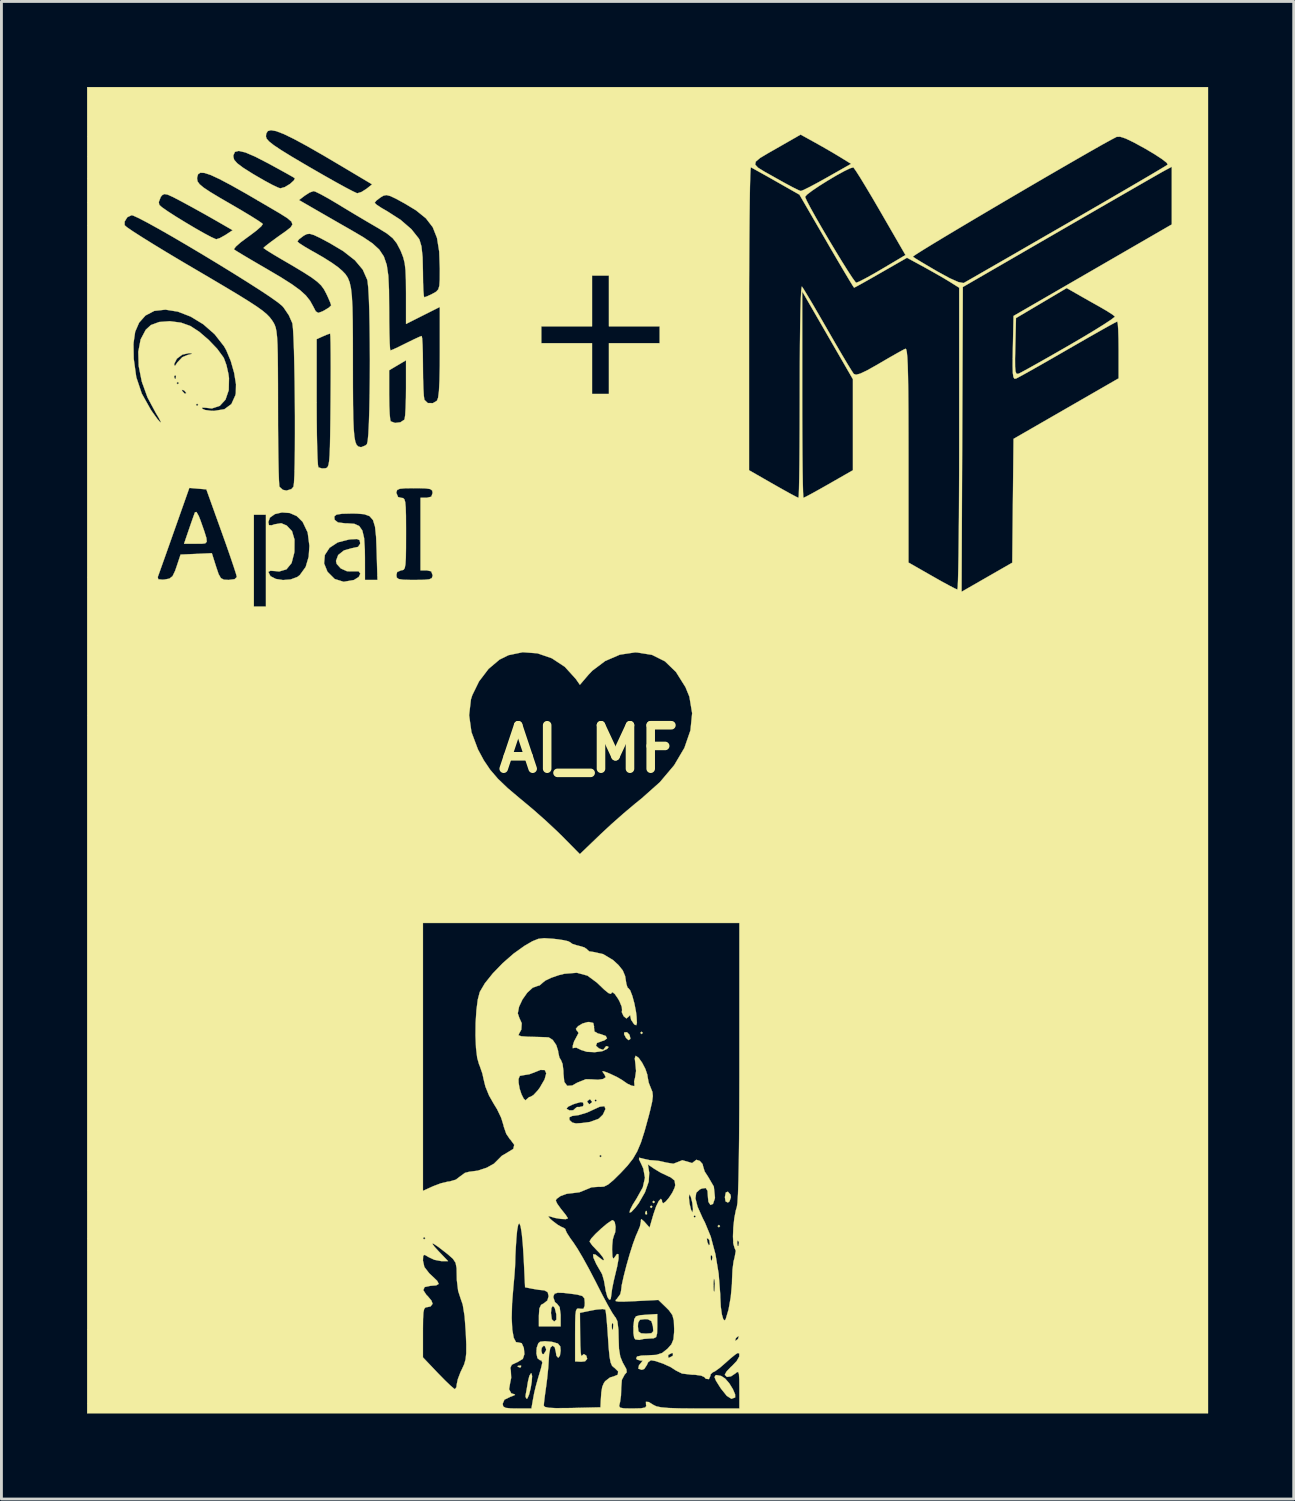
<source format=kicad_pcb>
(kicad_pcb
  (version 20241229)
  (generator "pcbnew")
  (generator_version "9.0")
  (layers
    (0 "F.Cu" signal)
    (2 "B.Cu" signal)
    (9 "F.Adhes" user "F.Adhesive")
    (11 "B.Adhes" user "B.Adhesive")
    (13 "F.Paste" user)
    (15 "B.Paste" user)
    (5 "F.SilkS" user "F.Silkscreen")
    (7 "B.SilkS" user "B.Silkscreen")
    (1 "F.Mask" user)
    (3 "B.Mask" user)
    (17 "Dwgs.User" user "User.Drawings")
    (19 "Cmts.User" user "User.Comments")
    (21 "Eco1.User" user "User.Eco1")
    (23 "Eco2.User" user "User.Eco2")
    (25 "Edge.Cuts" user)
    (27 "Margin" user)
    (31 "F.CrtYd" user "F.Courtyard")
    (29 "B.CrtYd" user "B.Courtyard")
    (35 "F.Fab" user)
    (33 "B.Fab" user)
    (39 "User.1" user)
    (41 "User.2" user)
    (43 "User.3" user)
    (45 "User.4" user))
  (footprint "AI_MF_D6"
    (layer "F.Cu")
    (at 19.648 23.204)
    (property "Reference" "AI_MF_D6" (at 0 0 0) (layer "F.SilkS") (effects (font (size 1.524 1.524) (thickness 0.3))))
    (attr through_hole)
    (fp_poly (pts (xy -0.169 9.948) (xy -0.212 9.991) (xy -0.254 9.948) (xy -0.212 9.906) (xy -0.169 9.948)) (stroke (width 0.01) (type solid)) (fill yes) (layer "F.SilkS"))
    (fp_poly (pts (xy 0.169 16.044) (xy 0.127 16.087) (xy 0.085 16.044) (xy 0.127 16.002) (xy 0.169 16.044)) (stroke (width 0.01) (type solid)) (fill yes) (layer "F.SilkS"))
    (fp_poly (pts (xy 0.254 15.875) (xy 0.212 15.917) (xy 0.169 15.875) (xy 0.212 15.833) (xy 0.254 15.875)) (stroke (width 0.01) (type solid)) (fill yes) (layer "F.SilkS"))
    (fp_poly (pts (xy 2.54 16.722) (xy 2.498 16.764) (xy 2.455 16.722) (xy 2.498 16.679) (xy 2.54 16.722)) (stroke (width 0.01) (type solid)) (fill yes) (layer "F.SilkS"))
    (fp_poly (pts (xy -4.431 21.618) (xy -4.443 21.669) (xy -4.487 21.675) (xy -4.557 21.644) (xy -4.544 21.618) (xy -4.443 21.608) (xy -4.431 21.618)) (stroke (width 0.01) (type solid)) (fill yes) (layer "F.SilkS"))
    (fp_poly (pts (xy -0.028 16.2) (xy -0.018 16.3) (xy -0.028 16.312) (xy -0.079 16.301) (xy -0.085 16.256) (xy -0.054 16.186) (xy -0.028 16.2)) (stroke (width 0.01) (type solid)) (fill yes) (layer "F.SilkS"))
    (fp_poly (pts (xy -0.633 10.017) (xy -0.603 10.143) (xy -0.607 10.162) (xy -0.669 10.203) (xy -0.756 10.125) (xy -0.825 9.992) (xy -0.815 9.931) (xy -0.722 9.925) (xy -0.633 10.017)) (stroke (width 0.01) (type solid)) (fill yes) (layer "F.SilkS"))
    (fp_poly (pts (xy 2.905 15.618) (xy 2.921 15.706) (xy 2.871 15.854) (xy 2.815 15.896) (xy 2.733 15.854) (xy 2.709 15.706) (xy 2.742 15.541) (xy 2.815 15.515) (xy 2.905 15.618)) (stroke (width 0.01) (type solid)) (fill yes) (layer "F.SilkS"))
    (fp_poly (pts (xy -15.729 -8.163) (xy -15.666 -8.001) (xy -15.537 -7.633) (xy -15.464 -7.398) (xy -15.451 -7.267) (xy -15.505 -7.209) (xy -15.631 -7.195) (xy -15.822 -7.197) (xy -16.247 -7.197) (xy -16.081 -7.684) (xy -15.984 -7.966) (xy -15.903 -8.195) (xy -15.865 -8.297) (xy -15.811 -8.309) (xy -15.729 -8.163)) (stroke (width 0.01) (type solid)) (fill yes) (layer "F.SilkS"))
    (fp_poly (pts (xy -4.071 21.882) (xy -4.048 21.979) (xy -4.061 22.175) (xy -4.1 22.41) (xy -4.154 22.625) (xy -4.212 22.758) (xy -4.237 22.775) (xy -4.278 22.708) (xy -4.272 22.627) (xy -4.239 22.446) (xy -4.197 22.197) (xy -4.191 22.159) (xy -4.143 21.967) (xy -4.087 21.88) (xy -4.071 21.882)) (stroke (width 0.01) (type solid)) (fill yes) (layer "F.SilkS"))
    (fp_poly (pts (xy 2.578 21.973) (xy 2.716 22.062) (xy 2.862 22.23) (xy 2.988 22.433) (xy 3.067 22.617) (xy 3.069 22.726) (xy 3.067 22.728) (xy 2.939 22.774) (xy 2.778 22.674) (xy 2.575 22.421) (xy 2.543 22.373) (xy 2.398 22.142) (xy 2.346 22.013) (xy 2.378 21.954) (xy 2.414 21.942) (xy 2.578 21.973)) (stroke (width 0.01) (type solid)) (fill yes) (layer "F.SilkS"))
    (fp_poly (pts (xy 0.339 20.231) (xy 0.333 20.483) (xy 0.3 20.61) (xy 0.213 20.654) (xy 0.092 20.659) (xy -0.137 20.676) (xy -0.289 20.71) (xy -0.428 20.693) (xy -0.471 20.634) (xy -0.496 20.47) (xy -0.496 20.235) (xy -0.339 20.235) (xy -0.321 20.409) (xy -0.232 20.478) (xy -0.057 20.489) (xy 0.133 20.476) (xy 0.199 20.406) (xy 0.187 20.235) (xy 0.134 20.053) (xy 0.011 19.987) (xy -0.094 19.981) (xy -0.268 20.003) (xy -0.331 20.106) (xy -0.339 20.235) (xy -0.496 20.235) (xy -0.496 20.228) (xy -0.492 20.181) (xy -0.468 19.984) (xy -0.407 19.884) (xy -0.261 19.844) (xy -0.064 19.829) (xy 0.339 19.803) (xy 0.339 20.231)) (stroke (width 0.01) (type solid)) (fill yes) (layer "F.SilkS"))
    (fp_poly (pts (xy -1.904 9.6) (xy -1.875 9.728) (xy -1.879 9.756) (xy -1.863 9.898) (xy -1.737 9.971) (xy -1.651 9.99) (xy -1.467 10.056) (xy -1.422 10.142) (xy -1.525 10.217) (xy -1.583 10.232) (xy -1.773 10.302) (xy -1.81 10.398) (xy -1.702 10.494) (xy -1.557 10.543) (xy -1.524 10.502) (xy -1.458 10.419) (xy -1.422 10.414) (xy -1.366 10.443) (xy -1.415 10.508) (xy -1.588 10.59) (xy -1.849 10.625) (xy -2.123 10.612) (xy -2.334 10.547) (xy -2.351 10.536) (xy -2.498 10.466) (xy -2.571 10.473) (xy -2.623 10.486) (xy -2.621 10.393) (xy -2.576 10.247) (xy -2.498 10.101) (xy -2.421 9.955) (xy -2.463 9.882) (xy -2.477 9.876) (xy -2.514 9.807) (xy -2.435 9.712) (xy -2.285 9.622) (xy -2.106 9.571) (xy -2.053 9.567) (xy -1.904 9.6)) (stroke (width 0.01) (type solid)) (fill yes) (layer "F.SilkS"))
    (fp_poly (pts (xy -1.152 16.581) (xy -1.122 16.746) (xy -1.134 16.933) (xy -1.183 17.06) (xy -1.22 17.19) (xy -1.242 17.422) (xy -1.244 17.554) (xy -1.233 17.79) (xy -1.2 17.864) (xy -1.167 17.829) (xy -1.071 17.696) (xy -1.02 17.712) (xy -1.018 17.863) (xy -1.066 18.135) (xy -1.108 18.309) (xy -1.186 18.637) (xy -1.244 18.921) (xy -1.268 19.105) (xy -1.269 19.113) (xy -1.292 19.279) (xy -1.345 19.301) (xy -1.41 19.199) (xy -1.467 18.992) (xy -1.481 18.902) (xy -1.528 18.635) (xy -1.587 18.427) (xy -1.612 18.373) (xy -1.799 18.049) (xy -1.899 17.825) (xy -1.91 17.71) (xy -1.83 17.717) (xy -1.694 17.822) (xy -1.564 17.919) (xy -1.525 17.908) (xy -1.567 17.815) (xy -1.681 17.668) (xy -1.778 17.568) (xy -1.937 17.4) (xy -2.025 17.276) (xy -2.032 17.253) (xy -1.972 17.153) (xy -1.822 16.991) (xy -1.625 16.806) (xy -1.427 16.639) (xy -1.271 16.531) (xy -1.217 16.511) (xy -1.152 16.581)) (stroke (width 0.01) (type solid)) (fill yes) (layer "F.SilkS"))
    (fp_poly (pts (xy 19.643 23.283) (xy -19.643 23.283) (xy -19.643 22.947) (xy -5.08 22.947) (xy -5.061 23.041) (xy -4.977 23.091) (xy -4.79 23.111) (xy -4.576 23.114) (xy -4.072 23.114) (xy -4.017 22.797) (xy -3.975 22.572) (xy -3.919 22.338) (xy -3.836 22.041) (xy -3.733 21.696) (xy -3.689 21.506) (xy -3.72 21.43) (xy -3.772 21.421) (xy -3.859 21.351) (xy -3.897 21.184) (xy -3.892 21.087) (xy -3.725 21.087) (xy -3.693 21.204) (xy -3.641 21.209) (xy -3.563 21.086) (xy -3.556 21.035) (xy -3.603 20.925) (xy -3.641 20.913) (xy -3.709 20.984) (xy -3.725 21.087) (xy -3.892 21.087) (xy -3.887 20.988) (xy -3.829 20.827) (xy -3.767 20.774) (xy -3.6 20.755) (xy -3.366 20.776) (xy -3.344 20.78) (xy -3.143 20.837) (xy -3.061 20.938) (xy -3.048 21.086) (xy -3.073 21.263) (xy -3.133 21.336) (xy -3.133 21.336) (xy -3.196 21.264) (xy -3.217 21.124) (xy -3.257 20.962) (xy -3.331 20.913) (xy -3.409 20.983) (xy -3.451 21.203) (xy -3.46 21.347) (xy -3.481 21.676) (xy -3.521 22.07) (xy -3.556 22.342) (xy -3.598 22.645) (xy -3.628 22.887) (xy -3.639 23.011) (xy -3.6 23.058) (xy -3.466 23.088) (xy -3.216 23.101) (xy -2.828 23.099) (xy -2.646 23.096) (xy -1.651 23.072) (xy -1.642 22.86) (xy -1.622 22.55) (xy -1.589 22.354) (xy -1.531 22.22) (xy -1.487 22.157) (xy -1.318 22.027) (xy -1.194 21.991) (xy -1.045 21.93) (xy -1.033 21.813) (xy -1.161 21.688) (xy -1.172 21.682) (xy -1.244 21.62) (xy -1.295 21.503) (xy -1.333 21.301) (xy -1.364 20.983) (xy -1.386 20.651) (xy -1.412 20.266) (xy -1.415 20.235) (xy -1.257 20.235) (xy -1.243 20.356) (xy -1.214 20.341) (xy -1.203 20.168) (xy -1.214 20.13) (xy -1.245 20.119) (xy -1.257 20.235) (xy -1.415 20.235) (xy -1.439 19.945) (xy -1.464 19.726) (xy -1.48 19.645) (xy -1.577 19.627) (xy -1.783 19.645) (xy -1.944 19.673) (xy -2.371 19.761) (xy -2.364 20.57) (xy -2.357 20.902) (xy -2.344 21.145) (xy -2.327 21.269) (xy -2.314 21.272) (xy -2.234 21.206) (xy -2.148 21.261) (xy -2.117 21.374) (xy -2.19 21.459) (xy -2.328 21.475) (xy -2.54 21.463) (xy -2.54 20.518) (xy -2.538 20.109) (xy -2.53 19.841) (xy -2.51 19.686) (xy -2.473 19.618) (xy -2.413 19.609) (xy -2.371 19.618) (xy -2.25 19.622) (xy -2.206 19.518) (xy -2.201 19.41) (xy -2.215 19.255) (xy -2.286 19.171) (xy -2.459 19.124) (xy -2.594 19.104) (xy -2.941 19.062) (xy -3.152 19.056) (xy -3.261 19.091) (xy -3.299 19.174) (xy -3.302 19.222) (xy -3.247 19.385) (xy -3.175 19.443) (xy -3.082 19.561) (xy -3.048 19.829) (xy -3.048 19.863) (xy -3.048 20.235) (xy -3.81 20.235) (xy -3.81 19.86) (xy -3.804 19.765) (xy -3.387 19.765) (xy -3.357 19.989) (xy -3.274 20.066) (xy -3.197 20) (xy -3.199 19.811) (xy -3.254 19.591) (xy -3.319 19.516) (xy -3.371 19.59) (xy -3.387 19.765) (xy -3.804 19.765) (xy -3.794 19.611) (xy -3.732 19.481) (xy -3.641 19.431) (xy -3.514 19.33) (xy -3.467 19.176) (xy -3.503 19.035) (xy -3.619 18.973) (xy -3.808 18.955) (xy -4.031 18.918) (xy -4.294 18.865) (xy -4.341 17.878) (xy -4.373 17.364) (xy -4.41 16.978) (xy -4.451 16.729) (xy -4.493 16.623) (xy -4.534 16.666) (xy -4.572 16.866) (xy -4.598 17.145) (xy -4.62 17.488) (xy -4.635 17.781) (xy -4.64 17.971) (xy -4.64 17.992) (xy -4.646 18.154) (xy -4.666 18.431) (xy -4.696 18.767) (xy -4.703 18.838) (xy -4.75 19.433) (xy -4.763 19.942) (xy -4.743 20.349) (xy -4.692 20.636) (xy -4.612 20.787) (xy -4.534 20.799) (xy -4.412 20.824) (xy -4.337 20.993) (xy -4.318 21.208) (xy -4.373 21.375) (xy -4.559 21.488) (xy -4.581 21.496) (xy -4.76 21.58) (xy -4.81 21.69) (xy -4.793 21.795) (xy -4.781 22.04) (xy -4.814 22.198) (xy -4.856 22.439) (xy -4.778 22.582) (xy -4.671 22.614) (xy -4.645 22.637) (xy -4.759 22.687) (xy -4.805 22.701) (xy -5.017 22.804) (xy -5.08 22.947) (xy -19.643 22.947) (xy -19.643 17.931) (xy -7.874 17.931) (xy -7.824 18.154) (xy -7.655 18.374) (xy -7.569 18.454) (xy -7.375 18.639) (xy -7.321 18.747) (xy -7.409 18.798) (xy -7.611 18.814) (xy -7.814 18.857) (xy -7.862 18.965) (xy -7.754 19.13) (xy -7.705 19.177) (xy -7.577 19.331) (xy -7.535 19.444) (xy -7.606 19.536) (xy -7.705 19.558) (xy -7.78 19.569) (xy -7.83 19.623) (xy -7.858 19.749) (xy -7.87 19.978) (xy -7.874 20.34) (xy -7.874 20.439) (xy -7.874 21.321) (xy -7.345 21.878) (xy -7.105 22.123) (xy -6.906 22.314) (xy -6.779 22.422) (xy -6.752 22.435) (xy -6.701 22.365) (xy -6.689 22.264) (xy -6.651 22.085) (xy -6.557 21.839) (xy -6.508 21.738) (xy -6.428 21.563) (xy -6.379 21.389) (xy -6.356 21.174) (xy -6.355 20.876) (xy -6.372 20.451) (xy -6.372 20.45) (xy -6.414 19.878) (xy -6.479 19.474) (xy -6.552 19.262) (xy -6.64 18.992) (xy -6.685 18.621) (xy -6.688 18.484) (xy -6.694 18.192) (xy -6.73 18.007) (xy -6.822 17.867) (xy -6.999 17.711) (xy -7.048 17.672) (xy -7.333 17.451) (xy -7.5 17.339) (xy -7.546 17.336) (xy -7.47 17.443) (xy -7.328 17.598) (xy -6.993 17.949) (xy -7.225 17.949) (xy -7.473 17.902) (xy -7.665 17.813) (xy -7.812 17.727) (xy -7.866 17.76) (xy -7.874 17.931) (xy -19.643 17.931) (xy -19.643 17.145) (xy -7.874 17.145) (xy -7.832 17.187) (xy -7.789 17.145) (xy -7.832 17.103) (xy -7.874 17.145) (xy -19.643 17.145) (xy -19.643 6.096) (xy -7.874 6.096) (xy -7.874 15.486) (xy -7.514 15.322) (xy -7.246 15.221) (xy -7.005 15.163) (xy -6.94 15.157) (xy -6.721 15.093) (xy -6.581 14.986) (xy -6.404 14.856) (xy -6.255 14.817) (xy -5.95 14.777) (xy -5.638 14.674) (xy -5.386 14.534) (xy -5.279 14.428) (xy -5.118 14.266) (xy -1.693 14.266) (xy -1.651 14.309) (xy -1.609 14.266) (xy -1.651 14.224) (xy -1.693 14.266) (xy -5.118 14.266) (xy -5.11 14.259) (xy -4.907 14.138) (xy -4.707 14.015) (xy -4.674 13.872) (xy -4.805 13.693) (xy -4.827 13.673) (xy -4.953 13.488) (xy -5.042 13.232) (xy -5.051 13.186) (xy -5.131 12.925) (xy -5.138 12.91) (xy -2.746 12.91) (xy -2.735 13.005) (xy -2.638 13.093) (xy -2.51 13.122) (xy -2.303 13.108) (xy -2.041 13.074) (xy -2.014 13.069) (xy -1.713 12.958) (xy -1.566 12.814) (xy -1.475 12.616) (xy -1.514 12.518) (xy -1.672 12.535) (xy -1.759 12.574) (xy -2.12 12.74) (xy -2.412 12.829) (xy -2.643 12.86) (xy -2.746 12.91) (xy -5.138 12.91) (xy -5.278 12.619) (xy -5.287 12.605) (xy -2.842 12.605) (xy -2.84 12.609) (xy -2.739 12.665) (xy -2.608 12.661) (xy -2.54 12.6) (xy -2.54 12.598) (xy -2.472 12.547) (xy -2.392 12.548) (xy -2.268 12.521) (xy -2.244 12.467) (xy -2.262 12.388) (xy -2.343 12.374) (xy -2.527 12.425) (xy -2.623 12.458) (xy -2.787 12.536) (xy -2.842 12.605) (xy -5.287 12.605) (xy -5.387 12.442) (xy -5.433 12.361) (xy -2.117 12.361) (xy -2.052 12.444) (xy -2.032 12.446) (xy -1.95 12.382) (xy -1.947 12.361) (xy -1.981 12.319) (xy -1.863 12.319) (xy -1.82 12.361) (xy -1.778 12.319) (xy -1.82 12.277) (xy -1.863 12.319) (xy -1.981 12.319) (xy -2.012 12.279) (xy -2.032 12.277) (xy -2.114 12.341) (xy -2.117 12.361) (xy -5.433 12.361) (xy -5.557 12.144) (xy -5.685 11.828) (xy -5.725 11.667) (xy -5.749 11.563) (xy -4.524 11.563) (xy -4.521 11.697) (xy -4.486 11.901) (xy -4.42 12.101) (xy -4.343 12.253) (xy -4.277 12.313) (xy -4.25 12.285) (xy -4.15 12.198) (xy -4.111 12.192) (xy -4.001 12.128) (xy -3.85 11.965) (xy -3.779 11.87) (xy -3.61 11.578) (xy -3.552 11.366) (xy -3.602 11.251) (xy -3.757 11.247) (xy -3.901 11.306) (xy -4.139 11.397) (xy -4.34 11.43) (xy -4.478 11.455) (xy -4.524 11.563) (xy -5.749 11.563) (xy -5.792 11.37) (xy -5.886 11.098) (xy -5.907 11.052) (xy -5.972 10.824) (xy -6.014 10.474) (xy -6.032 10.049) (xy -6.027 9.594) (xy -6 9.157) (xy -5.952 8.782) (xy -5.882 8.516) (xy -5.881 8.513) (xy -5.705 8.213) (xy -5.424 7.862) (xy -5.074 7.501) (xy -4.693 7.168) (xy -4.321 6.902) (xy -4.307 6.893) (xy -4.034 6.735) (xy -3.831 6.653) (xy -3.624 6.629) (xy -3.341 6.648) (xy -3.265 6.655) (xy -2.984 6.693) (xy -2.784 6.736) (xy -2.709 6.776) (xy -2.635 6.831) (xy -2.454 6.887) (xy -2.413 6.895) (xy -2.218 6.952) (xy -2.119 7.02) (xy -2.117 7.031) (xy -2.044 7.092) (xy -1.901 7.112) (xy -1.56 7.187) (xy -1.211 7.396) (xy -1.021 7.571) (xy -0.87 7.76) (xy -0.788 7.956) (xy -0.743 8.234) (xy -0.703 8.36) (xy -0.673 8.382) (xy -0.61 8.458) (xy -0.535 8.653) (xy -0.462 8.921) (xy -0.406 9.213) (xy -0.386 9.381) (xy -0.374 9.6) (xy -0.398 9.681) (xy -0.467 9.651) (xy -0.473 9.646) (xy -0.578 9.489) (xy -0.594 9.409) (xy -0.612 9.324) (xy -0.665 9.381) (xy -0.743 9.443) (xy -0.84 9.363) (xy -0.905 9.221) (xy -0.895 9.154) (xy -0.904 9.037) (xy -0.985 8.841) (xy -1.032 8.756) (xy -1.149 8.586) (xy -1.232 8.521) (xy -1.25 8.535) (xy -1.29 8.582) (xy -1.371 8.553) (xy -1.518 8.434) (xy -1.754 8.208) (xy -1.776 8.187) (xy -2.108 7.942) (xy -2.48 7.841) (xy -2.92 7.877) (xy -3.109 7.924) (xy -3.382 8.018) (xy -3.587 8.117) (xy -3.666 8.181) (xy -3.784 8.285) (xy -3.838 8.297) (xy -4.027 8.365) (xy -4.218 8.54) (xy -4.386 8.778) (xy -4.506 9.034) (xy -4.55 9.264) (xy -4.496 9.423) (xy -4.412 9.609) (xy -4.426 9.834) (xy -4.504 9.974) (xy -4.525 10.031) (xy -4.43 10.066) (xy -4.196 10.083) (xy -4.081 10.086) (xy -3.789 10.093) (xy -3.563 10.101) (xy -3.465 10.107) (xy -3.326 10.194) (xy -3.201 10.376) (xy -3.135 10.585) (xy -3.133 10.625) (xy -3.09 10.816) (xy -3.037 10.899) (xy -2.98 11.037) (xy -2.951 11.271) (xy -2.949 11.374) (xy -2.92 11.665) (xy -2.818 11.804) (xy -2.64 11.793) (xy -2.469 11.695) (xy -2.163 11.573) (xy -1.97 11.577) (xy -1.735 11.591) (xy -1.558 11.565) (xy -1.467 11.502) (xy -1.516 11.398) (xy -1.532 11.378) (xy -1.585 11.302) (xy -1.543 11.293) (xy -1.38 11.354) (xy -1.312 11.383) (xy -1.07 11.497) (xy -0.881 11.608) (xy -0.85 11.632) (xy -0.704 11.732) (xy -0.558 11.799) (xy -0.464 11.814) (xy -0.461 11.776) (xy -0.471 11.645) (xy -0.436 11.505) (xy -0.404 11.284) (xy -0.427 11.032) (xy -0.45 10.842) (xy -0.42 10.754) (xy -0.413 10.753) (xy -0.313 10.823) (xy -0.19 10.996) (xy -0.078 11.212) (xy -0.009 11.415) (xy -0.000316 11.484) (xy 0.039 11.693) (xy 0.117 11.89) (xy 0.169 12.018) (xy 0.184 12.163) (xy 0.158 12.367) (xy 0.088 12.671) (xy 0.042 12.852) (xy -0.104 13.385) (xy -0.232 13.788) (xy -0.364 14.101) (xy -0.515 14.361) (xy -0.706 14.604) (xy -0.936 14.851) (xy -1.199 15.111) (xy -1.385 15.265) (xy -1.528 15.336) (xy -1.663 15.346) (xy -1.7 15.342) (xy -1.965 15.361) (xy -2.148 15.437) (xy -2.387 15.534) (xy -2.596 15.561) (xy -2.832 15.588) (xy -3.051 15.667) (xy -3.193 15.77) (xy -3.217 15.829) (xy -3.167 15.937) (xy -3.043 16.11) (xy -3.006 16.156) (xy -2.87 16.327) (xy -2.798 16.438) (xy -2.794 16.45) (xy -2.866 16.477) (xy -3.038 16.469) (xy -3.248 16.434) (xy -3.429 16.38) (xy -3.487 16.377) (xy -3.414 16.464) (xy -3.332 16.537) (xy -3.143 16.68) (xy -2.999 16.759) (xy -2.972 16.764) (xy -2.883 16.823) (xy -2.879 16.848) (xy -2.831 16.958) (xy -2.708 17.149) (xy -2.601 17.295) (xy -2.461 17.507) (xy -2.27 17.83) (xy -2.052 18.226) (xy -1.829 18.654) (xy -1.777 18.757) (xy -1.575 19.153) (xy -1.391 19.495) (xy -1.242 19.755) (xy -1.144 19.902) (xy -1.123 19.922) (xy -1.058 20.056) (xy -1.022 20.355) (xy -1.016 20.632) (xy -1.003 21.022) (xy -0.957 21.297) (xy -0.869 21.511) (xy -0.846 21.548) (xy -0.743 21.736) (xy -0.732 21.844) (xy -0.807 21.931) (xy -0.902 22.11) (xy -0.924 22.386) (xy -0.932 22.659) (xy -0.965 22.89) (xy -0.974 22.924) (xy -0.998 23.028) (xy -0.961 23.085) (xy -0.827 23.109) (xy -0.563 23.114) (xy -0.521 23.114) (xy -0.234 23.107) (xy -0.086 23.08) (xy -0.045 23.025) (xy -0.054 22.987) (xy -0.059 22.879) (xy 0.042 22.887) (xy 0.207 22.99) (xy 0.307 23.038) (xy 0.476 23.073) (xy 0.737 23.096) (xy 1.114 23.109) (xy 1.63 23.114) (xy 1.794 23.114) (xy 3.217 23.114) (xy 3.217 22.431) (xy 3.214 22.097) (xy 3.202 21.906) (xy 3.173 21.831) (xy 3.121 21.847) (xy 3.084 21.88) (xy 2.926 21.986) (xy 2.782 22.008) (xy 2.71 21.938) (xy 2.709 21.923) (xy 2.769 21.815) (xy 2.917 21.66) (xy 2.963 21.619) (xy 3.123 21.451) (xy 3.213 21.293) (xy 3.214 21.187) (xy 3.163 21.167) (xy 3.077 21.22) (xy 2.908 21.357) (xy 2.742 21.505) (xy 2.531 21.688) (xy 2.362 21.81) (xy 2.288 21.844) (xy 2.211 21.913) (xy 2.201 21.971) (xy 2.15 22.085) (xy 2.042 22.072) (xy 1.99 22.013) (xy 1.88 21.963) (xy 1.665 21.932) (xy 1.547 21.929) (xy 1.209 21.889) (xy 0.998 21.785) (xy 0.81 21.663) (xy 0.543 21.541) (xy 0.276 21.45) (xy 0.116 21.422) (xy 0.019 21.492) (xy -0.025 21.59) (xy -0.117 21.728) (xy -0.204 21.759) (xy -0.325 21.717) (xy -0.302 21.6) (xy -0.233 21.516) (xy -0.171 21.435) (xy -0.243 21.436) (xy -0.371 21.399) (xy -0.399 21.357) (xy -0.369 21.291) (xy -0.205 21.258) (xy 0.009 21.251) (xy 0.72 21.251) (xy 0.724 21.329) (xy 0.752 21.336) (xy 0.872 21.274) (xy 0.889 21.251) (xy 0.885 21.173) (xy 0.857 21.167) (xy 0.737 21.228) (xy 0.72 21.251) (xy 0.009 21.251) (xy 0.307 21.234) (xy 0.511 21.167) (xy 0.693 21.024) (xy 0.694 21.024) (xy 0.835 20.864) (xy 0.887 20.738) (xy 3.069 20.738) (xy 3.08 20.743) (xy 3.158 20.684) (xy 3.175 20.659) (xy 3.197 20.58) (xy 3.185 20.574) (xy 3.108 20.634) (xy 3.09 20.659) (xy 3.069 20.738) (xy 0.887 20.738) (xy 0.906 20.691) (xy 0.93 20.439) (xy 0.931 20.321) (xy 0.92 20.03) (xy 0.868 19.838) (xy 0.751 19.674) (xy 0.655 19.577) (xy 0.378 19.309) (xy -0.425 19.35) (xy -0.793 19.366) (xy -1.016 19.367) (xy -1.117 19.349) (xy -1.118 19.311) (xy -1.079 19.275) (xy -0.959 19.11) (xy -0.931 18.994) (xy -0.906 18.796) (xy 2.309 18.796) (xy 2.316 18.979) (xy 2.333 19.029) (xy 2.346 18.986) (xy 2.36 18.74) (xy 2.346 18.605) (xy 2.325 18.565) (xy 2.312 18.672) (xy 2.309 18.796) (xy -0.906 18.796) (xy -0.906 18.792) (xy -0.837 18.477) (xy -0.74 18.099) (xy -0.659 17.815) (xy 2.208 17.815) (xy 2.224 17.925) (xy 2.252 17.926) (xy 2.273 17.813) (xy 2.259 17.764) (xy 2.222 17.732) (xy 2.208 17.815) (xy -0.659 17.815) (xy -0.627 17.704) (xy -0.512 17.341) (xy -0.44 17.146) (xy 2.075 17.146) (xy 2.092 17.27) (xy 2.094 17.279) (xy 2.144 17.392) (xy 2.183 17.368) (xy 2.165 17.215) (xy 2.131 17.168) (xy 2.075 17.146) (xy -0.44 17.146) (xy -0.408 17.058) (xy -0.361 16.955) (xy -0.267 16.728) (xy -0.232 16.546) (xy -0.236 16.51) (xy -0.219 16.475) (xy -0.122 16.557) (xy -0.103 16.578) (xy 0.07 16.773) (xy 0.183 16.383) (xy 1.609 16.383) (xy 1.651 16.425) (xy 1.693 16.383) (xy 1.651 16.341) (xy 1.609 16.383) (xy 0.183 16.383) (xy 0.205 16.307) (xy 0.3 16.029) (xy 0.392 15.841) (xy 0.465 15.764) (xy 0.505 15.82) (xy 0.508 15.876) (xy 0.545 15.923) (xy 0.636 15.86) (xy 0.753 15.723) (xy 0.757 15.716) (xy 1.448 15.716) (xy 1.468 15.916) (xy 1.477 15.964) (xy 1.524 16.152) (xy 1.568 16.233) (xy 1.577 16.231) (xy 1.591 16.128) (xy 1.57 15.928) (xy 1.562 15.88) (xy 1.515 15.692) (xy 1.47 15.611) (xy 1.461 15.613) (xy 1.448 15.716) (xy 0.757 15.716) (xy 0.866 15.549) (xy 0.948 15.375) (xy 0.969 15.288) (xy 0.947 15.124) (xy 0.81 15.012) (xy 0.729 14.976) (xy 0.46 14.848) (xy 0.238 14.715) (xy 0.01 14.558) (xy 0.057 14.849) (xy 0.039 15.161) (xy -0.091 15.534) (xy -0.311 15.918) (xy -0.431 16.077) (xy -0.571 16.227) (xy -0.631 16.248) (xy -0.614 16.157) (xy -0.522 15.973) (xy -0.383 15.751) (xy -0.168 15.364) (xy -0.092 15.028) (xy -0.15 14.704) (xy -0.218 14.551) (xy -0.301 14.38) (xy -0.294 14.324) (xy -0.185 14.349) (xy -0.154 14.359) (xy 0.075 14.409) (xy 0.212 14.418) (xy 0.411 14.438) (xy 0.656 14.494) (xy 0.659 14.495) (xy 0.904 14.535) (xy 1.064 14.473) (xy 1.216 14.412) (xy 1.394 14.461) (xy 1.56 14.512) (xy 1.629 14.458) (xy 1.711 14.396) (xy 1.831 14.437) (xy 1.927 14.546) (xy 1.947 14.632) (xy 2.001 14.808) (xy 2.119 14.989) (xy 2.322 15.337) (xy 2.361 15.72) (xy 2.357 15.754) (xy 2.292 15.943) (xy 2.203 15.98) (xy 2.133 15.871) (xy 2.117 15.727) (xy 2.101 15.485) (xy 2.038 15.385) (xy 1.903 15.404) (xy 1.833 15.434) (xy 1.705 15.552) (xy 1.677 15.749) (xy 1.752 16.041) (xy 1.931 16.443) (xy 2.009 16.594) (xy 2.213 17.088) (xy 2.377 17.702) (xy 2.491 18.392) (xy 2.546 19.113) (xy 2.548 19.212) (xy 2.566 19.549) (xy 2.603 19.815) (xy 2.652 19.984) (xy 2.705 20.028) (xy 2.738 19.981) (xy 2.838 19.643) (xy 2.915 19.208) (xy 2.957 18.745) (xy 2.961 18.569) (xy 2.976 18.247) (xy 3.013 17.962) (xy 3.05 17.818) (xy 3.092 17.588) (xy 3.048 17.484) (xy 3.006 17.34) (xy 3.004 17.307) (xy 3.139 17.307) (xy 3.155 17.417) (xy 3.184 17.418) (xy 3.204 17.305) (xy 3.191 17.256) (xy 3.153 17.224) (xy 3.139 17.307) (xy 3.004 17.307) (xy 2.993 17.083) (xy 3.005 16.766) (xy 3.04 16.44) (xy 3.095 16.16) (xy 3.127 16.058) (xy 3.15 15.91) (xy 3.169 15.594) (xy 3.185 15.109) (xy 3.198 14.457) (xy 3.208 13.638) (xy 3.214 12.654) (xy 3.217 11.503) (xy 3.217 10.959) (xy 3.217 6.096) (xy -7.874 6.096) (xy -19.643 6.096) (xy -19.643 -1.186) (xy -6.256 -1.186) (xy -6.173 -0.592) (xy -5.946 0.013) (xy -5.945 0.015) (xy -5.74 0.396) (xy -5.518 0.725) (xy -5.25 1.038) (xy -4.905 1.369) (xy -4.452 1.752) (xy -4.375 1.814) (xy -3.982 2.144) (xy -3.56 2.518) (xy -3.173 2.88) (xy -2.986 3.063) (xy -2.374 3.683) (xy -1.645 2.983) (xy -1.265 2.63) (xy -0.836 2.251) (xy -0.422 1.902) (xy -0.209 1.731) (xy 0.43 1.162) (xy 0.932 0.567) (xy 1.291 -0.042) (xy 1.502 -0.654) (xy 1.562 -1.256) (xy 1.465 -1.836) (xy 1.328 -2.17) (xy 0.995 -2.701) (xy 0.608 -3.075) (xy 0.155 -3.301) (xy -0.373 -3.386) (xy -0.446 -3.387) (xy -0.972 -3.308) (xy -1.485 -3.087) (xy -1.937 -2.747) (xy -2.076 -2.6) (xy -2.373 -2.252) (xy -2.518 -2.46) (xy -2.9 -2.881) (xy -3.357 -3.182) (xy -3.859 -3.355) (xy -4.376 -3.394) (xy -4.876 -3.29) (xy -5.192 -3.134) (xy -5.576 -2.808) (xy -5.908 -2.372) (xy -6.145 -1.887) (xy -6.192 -1.738) (xy -6.256 -1.186) (xy -19.643 -1.186) (xy -19.643 -6.026) (xy -17.169 -6.026) (xy -17.15 -5.951) (xy -16.999 -5.936) (xy -16.93 -5.942) (xy -16.76 -5.974) (xy -16.65 -6.06) (xy -16.562 -6.243) (xy -16.51 -6.392) (xy -16.369 -6.816) (xy -15.821 -6.84) (xy -15.273 -6.865) (xy -15.125 -6.396) (xy -15.036 -6.132) (xy -14.956 -5.992) (xy -14.851 -5.936) (xy -14.685 -5.927) (xy -14.475 -5.954) (xy -14.397 -6.03) (xy -14.397 -6.032) (xy -14.426 -6.143) (xy -14.504 -6.385) (xy -14.621 -6.732) (xy -14.769 -7.157) (xy -14.934 -7.62) (xy -15.147 -8.213) (xy -13.801 -8.213) (xy -13.801 -4.995) (xy -13.377 -4.995) (xy -13.377 -5.512) (xy 11.005 -5.512) (xy 12.782 -6.532) (xy 12.804 -8.702) (xy 12.827 -10.872) (xy 16.51 -12.993) (xy 16.51 -13.99) (xy 16.506 -14.378) (xy 16.496 -14.695) (xy 16.481 -14.909) (xy 16.463 -14.986) (xy 16.379 -14.945) (xy 16.17 -14.832) (xy 15.857 -14.656) (xy 15.462 -14.432) (xy 15.004 -14.169) (xy 14.728 -14.01) (xy 14.239 -13.728) (xy 13.795 -13.474) (xy 13.417 -13.26) (xy 13.128 -13.099) (xy 12.951 -13.004) (xy 12.91 -12.984) (xy 12.857 -12.982) (xy 12.822 -13.039) (xy 12.802 -13.18) (xy 12.795 -13.43) (xy 12.797 -13.679) (xy 12.879 -13.679) (xy 12.881 -13.398) (xy 12.896 -13.233) (xy 12.928 -13.159) (xy 12.979 -13.149) (xy 13.008 -13.158) (xy 13.121 -13.216) (xy 13.358 -13.345) (xy 13.694 -13.533) (xy 14.107 -13.767) (xy 14.573 -14.034) (xy 14.785 -14.156) (xy 15.255 -14.431) (xy 15.669 -14.68) (xy 16.005 -14.89) (xy 16.245 -15.049) (xy 16.368 -15.143) (xy 16.379 -15.161) (xy 16.29 -15.232) (xy 16.096 -15.356) (xy 15.854 -15.497) (xy 15.533 -15.677) (xy 15.214 -15.858) (xy 15.028 -15.964) (xy 14.69 -16.158) (xy 13.801 -15.631) (xy 12.912 -15.105) (xy 12.888 -14.104) (xy 12.879 -13.679) (xy 12.797 -13.679) (xy 12.799 -13.812) (xy 12.803 -14.057) (xy 12.827 -15.18) (xy 15.6 -16.784) (xy 18.373 -18.388) (xy 18.373 -20.409) (xy 18.14 -20.285) (xy 18.02 -20.219) (xy 17.77 -20.076) (xy 17.405 -19.867) (xy 16.94 -19.599) (xy 16.391 -19.283) (xy 15.774 -18.927) (xy 15.105 -18.54) (xy 14.478 -18.178) (xy 11.049 -16.194) (xy 11.027 -10.853) (xy 11.005 -5.512) (xy -13.377 -5.512) (xy -13.377 -7.958) (xy -13.293 -7.958) (xy -13.271 -7.848) (xy -13.174 -7.843) (xy -13.07 -7.878) (xy -12.841 -7.915) (xy -12.648 -7.833) (xy -12.463 -7.637) (xy -12.376 -7.344) (xy -12.379 -6.93) (xy -12.385 -6.877) (xy -12.478 -6.519) (xy -12.657 -6.299) (xy -12.914 -6.223) (xy -13.044 -6.237) (xy -13.218 -6.249) (xy -13.293 -6.21) (xy -13.293 -6.208) (xy -13.219 -6.06) (xy -13.032 -5.963) (xy -12.78 -5.923) (xy -12.512 -5.944) (xy -12.277 -6.031) (xy -12.189 -6.099) (xy -11.985 -6.381) (xy -11.947 -6.508) (xy -11.339 -6.508) (xy -11.219 -6.212) (xy -10.967 -5.96) (xy -10.653 -5.862) (xy -10.293 -5.925) (xy -10.124 -6.031) (xy -10.068 -6.147) (xy -10.126 -6.229) (xy -10.295 -6.229) (xy -10.296 -6.228) (xy -10.533 -6.231) (xy -10.753 -6.33) (xy -10.897 -6.489) (xy -10.922 -6.593) (xy -10.845 -6.8) (xy -10.643 -6.961) (xy -10.36 -7.042) (xy -10.347 -7.043) (xy -10.148 -7.086) (xy -10.077 -7.191) (xy -10.075 -7.226) (xy -10.096 -7.323) (xy -10.185 -7.361) (xy -10.387 -7.352) (xy -10.466 -7.344) (xy -10.861 -7.243) (xy -11.148 -7.054) (xy -11.313 -6.801) (xy -11.339 -6.508) (xy -11.947 -6.508) (xy -11.879 -6.74) (xy -11.853 -7.122) (xy -11.914 -7.591) (xy -12.09 -7.962) (xy -12.286 -8.156) (xy -10.98 -8.156) (xy -10.972 -8.052) (xy -10.963 -8.029) (xy -10.852 -7.943) (xy -10.596 -7.911) (xy -10.521 -7.911) (xy -10.278 -7.894) (xy -10.108 -7.817) (xy -9.998 -7.659) (xy -9.936 -7.393) (xy -9.911 -6.996) (xy -9.907 -6.71) (xy -9.906 -5.927) (xy -9.468 -5.927) (xy -9.497 -6.94) (xy -9.516 -7.438) (xy -9.553 -7.792) (xy -9.624 -8.025) (xy -9.745 -8.164) (xy -9.932 -8.231) (xy -10.202 -8.253) (xy -10.368 -8.255) (xy -10.705 -8.247) (xy -10.899 -8.218) (xy -10.98 -8.156) (xy -12.286 -8.156) (xy -12.295 -8.165) (xy -12.543 -8.273) (xy -12.815 -8.293) (xy -13.062 -8.236) (xy -13.237 -8.112) (xy -13.293 -7.958) (xy -13.377 -7.958) (xy -13.377 -8.213) (xy -13.801 -8.213) (xy -15.147 -8.213) (xy -15.42 -8.975) (xy -8.805 -8.975) (xy -8.745 -8.833) (xy -8.636 -8.805) (xy -8.571 -8.797) (xy -8.525 -8.755) (xy -8.495 -8.655) (xy -8.478 -8.471) (xy -8.469 -8.178) (xy -8.467 -7.751) (xy -8.467 -7.535) (xy -8.468 -7.047) (xy -8.473 -6.703) (xy -8.487 -6.478) (xy -8.511 -6.347) (xy -8.55 -6.285) (xy -8.607 -6.266) (xy -8.636 -6.265) (xy -8.778 -6.205) (xy -8.805 -6.096) (xy -8.79 -6.009) (xy -8.722 -5.959) (xy -8.565 -5.934) (xy -8.285 -5.927) (xy -8.17 -5.927) (xy -7.846 -5.931) (xy -7.655 -5.949) (xy -7.564 -5.991) (xy -7.536 -6.066) (xy -7.535 -6.096) (xy -7.585 -6.229) (xy -7.747 -6.265) (xy -7.959 -6.265) (xy -7.959 -8.805) (xy -7.747 -8.805) (xy -7.581 -8.845) (xy -7.535 -8.975) (xy -7.55 -9.061) (xy -7.619 -9.112) (xy -7.776 -9.136) (xy -8.056 -9.144) (xy -8.17 -9.144) (xy -8.495 -9.14) (xy -8.685 -9.122) (xy -8.777 -9.08) (xy -8.804 -9.005) (xy -8.805 -8.975) (xy -15.42 -8.975) (xy -15.466 -9.102) (xy -15.764 -9.127) (xy -16.062 -9.153) (xy -16.594 -7.646) (xy -16.764 -7.165) (xy -16.916 -6.736) (xy -17.041 -6.385) (xy -17.128 -6.14) (xy -17.169 -6.027) (xy -17.169 -6.026) (xy -19.643 -6.026) (xy -19.643 -14.215) (xy -18.02 -14.215) (xy -18.011 -13.681) (xy -17.921 -13.033) (xy -17.729 -12.459) (xy -17.41 -11.889) (xy -17.354 -11.807) (xy -17.179 -11.565) (xy -17.078 -11.45) (xy -17.06 -11.463) (xy -17.132 -11.606) (xy -17.236 -11.779) (xy -17.389 -12.065) (xy -15.833 -12.065) (xy -15.79 -12.023) (xy -15.748 -12.065) (xy -15.79 -12.107) (xy -15.833 -12.065) (xy -17.389 -12.065) (xy -17.529 -12.327) (xy -17.624 -12.591) (xy -16.327 -12.591) (xy -16.306 -12.544) (xy -16.221 -12.453) (xy -16.172 -12.472) (xy -16.171 -12.483) (xy -16.231 -12.555) (xy -16.269 -12.581) (xy -16.327 -12.591) (xy -17.624 -12.591) (xy -17.709 -12.827) (xy -16.51 -12.827) (xy -16.468 -12.785) (xy -16.425 -12.827) (xy -16.468 -12.869) (xy -16.51 -12.827) (xy -17.709 -12.827) (xy -17.729 -12.884) (xy -17.76 -13.039) (xy -16.595 -13.039) (xy -16.564 -12.969) (xy -16.538 -12.982) (xy -16.528 -13.083) (xy -16.538 -13.095) (xy -16.589 -13.083) (xy -16.595 -13.039) (xy -17.76 -13.039) (xy -17.837 -13.426) (xy -17.838 -13.47) (xy -16.593 -13.47) (xy -16.566 -13.426) (xy -16.491 -13.535) (xy -16.485 -13.546) (xy -16.309 -13.734) (xy -16.127 -13.811) (xy -15.971 -13.849) (xy -15.974 -13.867) (xy -16.08 -13.875) (xy -16.307 -13.825) (xy -16.498 -13.683) (xy -16.592 -13.5) (xy -16.593 -13.47) (xy -17.838 -13.47) (xy -17.851 -13.925) (xy -17.769 -14.357) (xy -17.59 -14.695) (xy -17.409 -14.861) (xy -17.119 -14.968) (xy -16.745 -14.996) (xy -16.35 -14.944) (xy -16.025 -14.828) (xy -15.718 -14.628) (xy -15.387 -14.344) (xy -15.087 -14.03) (xy -14.871 -13.736) (xy -14.846 -13.69) (xy -14.761 -13.457) (xy -14.692 -13.149) (xy -14.672 -13.002) (xy -14.681 -12.579) (xy -14.794 -12.247) (xy -14.995 -12.028) (xy -15.27 -11.938) (xy -15.495 -11.963) (xy -15.609 -11.968) (xy -15.616 -11.93) (xy -15.51 -11.884) (xy -15.297 -11.856) (xy -15.193 -11.853) (xy -14.833 -11.911) (xy -14.589 -12.09) (xy -14.448 -12.401) (xy -14.433 -12.473) (xy -14.426 -12.785) (xy -14.49 -13.181) (xy -14.609 -13.6) (xy -14.767 -13.979) (xy -14.847 -14.12) (xy -15.176 -14.54) (xy -15.574 -14.889) (xy -16.012 -15.156) (xy -16.463 -15.331) (xy -16.899 -15.401) (xy -17.29 -15.357) (xy -17.599 -15.195) (xy -17.822 -14.945) (xy -17.96 -14.628) (xy -18.02 -14.215) (xy -19.643 -14.215) (xy -19.643 -18.487) (xy -18.33 -18.487) (xy -18.33 -18.36) (xy -18.248 -18.289) (xy -18.038 -18.145) (xy -17.717 -17.939) (xy -17.305 -17.683) (xy -16.82 -17.388) (xy -16.28 -17.066) (xy -16.064 -16.939) (xy -15.358 -16.524) (xy -14.784 -16.184) (xy -14.326 -15.909) (xy -13.969 -15.687) (xy -13.698 -15.51) (xy -13.497 -15.366) (xy -13.352 -15.245) (xy -13.247 -15.138) (xy -13.167 -15.033) (xy -13.116 -14.955) (xy -13.071 -14.871) (xy -13.035 -14.77) (xy -13.008 -14.634) (xy -12.987 -14.444) (xy -12.972 -14.179) (xy -12.963 -13.821) (xy -12.958 -13.352) (xy -12.955 -12.751) (xy -12.954 -12.008) (xy -12.953 -11.346) (xy -12.948 -10.735) (xy -12.941 -10.197) (xy -12.932 -9.752) (xy -12.921 -9.423) (xy -12.909 -9.231) (xy -12.903 -9.193) (xy -12.787 -9.087) (xy -12.658 -9.059) (xy -12.485 -9.111) (xy -12.413 -9.193) (xy -12.394 -9.328) (xy -12.379 -9.607) (xy -12.369 -10.004) (xy -12.362 -10.495) (xy -12.36 -11.053) (xy -12.36 -11.653) (xy -12.364 -12.271) (xy -12.371 -12.88) (xy -12.382 -13.456) (xy -12.394 -13.972) (xy -12.409 -14.366) (xy -11.599 -14.366) (xy -11.599 -12.15) (xy -11.597 -11.554) (xy -11.591 -11.013) (xy -11.581 -10.552) (xy -11.569 -10.193) (xy -11.554 -9.959) (xy -11.539 -9.874) (xy -11.415 -9.836) (xy -11.306 -9.839) (xy -11.256 -9.851) (xy -11.216 -9.885) (xy -11.185 -9.959) (xy -11.162 -10.092) (xy -11.145 -10.302) (xy -11.133 -10.608) (xy -11.125 -11.03) (xy -11.117 -11.585) (xy -11.111 -12.213) (xy -11.107 -12.824) (xy -11.105 -13.376) (xy -11.107 -13.847) (xy -11.111 -14.216) (xy -11.118 -14.461) (xy -11.127 -14.561) (xy -11.128 -14.563) (xy -11.226 -14.531) (xy -11.384 -14.464) (xy -11.599 -14.366) (xy -12.409 -14.366) (xy -12.41 -14.404) (xy -12.428 -14.725) (xy -12.448 -14.912) (xy -12.453 -14.93) (xy -12.573 -15.203) (xy -12.758 -15.476) (xy -12.812 -15.536) (xy -12.959 -15.657) (xy -13.224 -15.845) (xy -13.587 -16.086) (xy -14.028 -16.368) (xy -14.525 -16.679) (xy -15.057 -17.006) (xy -15.604 -17.337) (xy -16.145 -17.659) (xy -16.659 -17.96) (xy -17.125 -18.226) (xy -17.523 -18.446) (xy -17.831 -18.607) (xy -18.029 -18.697) (xy -18.085 -18.711) (xy -18.235 -18.641) (xy -18.33 -18.487) (xy -19.643 -18.487) (xy -19.643 -19.168) (xy -17.134 -19.168) (xy -17.113 -19.071) (xy -17.019 -18.988) (xy -16.811 -18.843) (xy -16.525 -18.659) (xy -16.195 -18.457) (xy -15.857 -18.256) (xy -15.544 -18.078) (xy -15.292 -17.944) (xy -15.136 -17.874) (xy -15.113 -17.869) (xy -14.99 -17.91) (xy -14.804 -18.014) (xy -14.786 -18.025) (xy -14.544 -18.185) (xy -15.125 -18.52) (xy -15.507 -18.737) (xy -15.943 -18.979) (xy -16.324 -19.186) (xy -16.628 -19.345) (xy -16.82 -19.432) (xy -16.935 -19.453) (xy -17.008 -19.418) (xy -17.062 -19.355) (xy -17.134 -19.168) (xy -19.643 -19.168) (xy -19.643 -19.984) (xy -15.79 -19.984) (xy -15.772 -19.893) (xy -15.701 -19.796) (xy -15.559 -19.677) (xy -15.323 -19.521) (xy -14.974 -19.311) (xy -14.649 -19.123) (xy -14.256 -18.894) (xy -13.918 -18.691) (xy -13.662 -18.53) (xy -13.513 -18.427) (xy -13.487 -18.4) (xy -13.541 -18.322) (xy -13.703 -18.178) (xy -13.943 -17.996) (xy -14.009 -17.949) (xy -14.257 -17.765) (xy -14.429 -17.614) (xy -14.498 -17.523) (xy -14.495 -17.512) (xy -14.404 -17.452) (xy -14.194 -17.324) (xy -13.892 -17.145) (xy -13.528 -16.932) (xy -13.377 -16.845) (xy -12.858 -16.539) (xy -12.468 -16.291) (xy -12.181 -16.083) (xy -11.977 -15.897) (xy -11.832 -15.714) (xy -11.726 -15.524) (xy -11.63 -15.341) (xy -11.543 -15.287) (xy -11.404 -15.337) (xy -11.341 -15.369) (xy -11.171 -15.472) (xy -11.092 -15.549) (xy -11.091 -15.554) (xy -11.125 -15.657) (xy -11.211 -15.855) (xy -11.265 -15.969) (xy -11.345 -16.118) (xy -11.441 -16.249) (xy -11.577 -16.379) (xy -11.774 -16.527) (xy -12.057 -16.709) (xy -12.446 -16.943) (xy -12.848 -17.177) (xy -13.128 -17.343) (xy -13.341 -17.476) (xy -13.453 -17.554) (xy -13.462 -17.565) (xy -13.398 -17.625) (xy -13.228 -17.757) (xy -13.181 -17.791) (xy -12.276 -17.791) (xy -12.207 -17.729) (xy -12.023 -17.61) (xy -11.762 -17.458) (xy -11.685 -17.416) (xy -11.362 -17.23) (xy -11.063 -17.041) (xy -10.849 -16.888) (xy -10.836 -16.877) (xy -10.702 -16.761) (xy -10.594 -16.649) (xy -10.509 -16.522) (xy -10.444 -16.363) (xy -10.397 -16.15) (xy -10.365 -15.867) (xy -10.345 -15.493) (xy -10.335 -15.011) (xy -10.33 -14.4) (xy -10.329 -13.643) (xy -10.329 -13.483) (xy -10.328 -12.705) (xy -10.324 -12.079) (xy -10.316 -11.589) (xy -10.3 -11.219) (xy -10.277 -10.952) (xy -10.244 -10.772) (xy -10.2 -10.662) (xy -10.142 -10.605) (xy -10.069 -10.585) (xy -10.033 -10.583) (xy -9.896 -10.638) (xy -9.838 -10.685) (xy -9.811 -10.795) (xy -9.787 -11.05) (xy -9.768 -11.426) (xy -9.753 -11.897) (xy -9.742 -12.439) (xy -9.735 -13.028) (xy -9.734 -13.276) (xy -9.059 -13.276) (xy -9.059 -12.409) (xy -9.054 -12.042) (xy -9.04 -11.74) (xy -9.02 -11.542) (xy -9.003 -11.486) (xy -8.852 -11.43) (xy -8.664 -11.453) (xy -8.53 -11.541) (xy -8.518 -11.564) (xy -8.497 -11.699) (xy -8.481 -11.964) (xy -8.47 -12.317) (xy -8.467 -12.662) (xy -8.467 -13.626) (xy -8.763 -13.451) (xy -9.059 -13.276) (xy -9.734 -13.276) (xy -9.733 -13.64) (xy -9.736 -14.249) (xy -9.743 -14.831) (xy -9.754 -15.362) (xy -9.77 -15.818) (xy -9.791 -16.172) (xy -9.816 -16.403) (xy -9.826 -16.449) (xy -9.983 -16.804) (xy -10.259 -17.133) (xy -10.67 -17.454) (xy -11.139 -17.733) (xy -11.472 -17.911) (xy -11.694 -18.016) (xy -11.839 -18.059) (xy -11.945 -18.049) (xy -12.047 -17.996) (xy -12.066 -17.983) (xy -12.216 -17.869) (xy -12.276 -17.791) (xy -13.181 -17.791) (xy -12.985 -17.936) (xy -12.899 -17.997) (xy -12.667 -18.161) (xy -12.513 -18.283) (xy -12.448 -18.384) (xy -12.482 -18.485) (xy -12.625 -18.608) (xy -12.888 -18.774) (xy -13.28 -19.004) (xy -13.42 -19.086) (xy -13.686 -19.242) (xy -12.218 -19.242) (xy -11.612 -18.892) (xy -11.218 -18.665) (xy -10.775 -18.41) (xy -10.393 -18.192) (xy -9.967 -17.942) (xy -9.642 -17.723) (xy -9.406 -17.507) (xy -9.244 -17.264) (xy -9.142 -16.967) (xy -9.087 -16.586) (xy -9.064 -16.093) (xy -9.059 -15.459) (xy -9.059 -15.456) (xy -9.057 -14.976) (xy -9.05 -14.56) (xy -9.04 -14.236) (xy -9.027 -14.031) (xy -9.015 -13.97) (xy -8.922 -14.005) (xy -8.722 -14.098) (xy -8.467 -14.224) (xy -8.205 -14.353) (xy -8.008 -14.444) (xy -7.919 -14.478) (xy -7.902 -14.399) (xy -7.888 -14.182) (xy -7.878 -13.861) (xy -7.874 -13.466) (xy -7.874 -13.427) (xy -7.87 -13.011) (xy -7.859 -12.65) (xy -7.843 -12.382) (xy -7.823 -12.243) (xy -7.823 -12.241) (xy -7.704 -12.127) (xy -7.525 -12.124) (xy -7.383 -12.209) (xy -7.343 -12.314) (xy -7.313 -12.544) (xy -7.294 -12.912) (xy -7.283 -13.429) (xy -7.281 -13.903) (xy -7.281 -14.817) (xy -3.725 -14.817) (xy -3.725 -14.224) (xy -1.947 -14.224) (xy -1.947 -12.446) (xy -1.355 -12.446) (xy -1.355 -14.224) (xy 0.423 -14.224) (xy 0.423 -14.817) (xy -1.355 -14.817) (xy -1.355 -15.096) (xy 3.556 -15.096) (xy 3.556 -9.773) (xy 4.4 -9.289) (xy 4.738 -9.098) (xy 5.019 -8.942) (xy 5.214 -8.839) (xy 5.289 -8.805) (xy 5.299 -8.887) (xy 5.307 -9.121) (xy 5.315 -9.491) (xy 5.322 -9.978) (xy 5.327 -10.567) (xy 5.331 -11.24) (xy 5.333 -11.979) (xy 5.334 -12.424) (xy 5.419 -12.424) (xy 5.42 -11.659) (xy 5.423 -10.95) (xy 5.427 -10.313) (xy 5.433 -9.766) (xy 5.44 -9.325) (xy 5.449 -9.009) (xy 5.458 -8.835) (xy 5.463 -8.805) (xy 5.55 -8.845) (xy 5.753 -8.953) (xy 6.04 -9.112) (xy 6.352 -9.289) (xy 7.197 -9.773) (xy 7.197 -12.962) (xy 6.308 -14.502) (xy 5.419 -16.042) (xy 5.419 -12.424) (xy 5.334 -12.424) (xy 5.334 -12.548) (xy 5.336 -13.402) (xy 5.34 -14.167) (xy 5.348 -14.829) (xy 5.358 -15.376) (xy 5.371 -15.795) (xy 5.386 -16.075) (xy 5.403 -16.204) (xy 5.41 -16.209) (xy 5.474 -16.114) (xy 5.607 -15.895) (xy 5.796 -15.577) (xy 6.025 -15.183) (xy 6.282 -14.738) (xy 6.309 -14.69) (xy 6.569 -14.239) (xy 6.805 -13.835) (xy 7.003 -13.503) (xy 7.148 -13.267) (xy 7.225 -13.151) (xy 7.228 -13.148) (xy 7.307 -13.12) (xy 7.452 -13.158) (xy 7.688 -13.269) (xy 8.036 -13.464) (xy 8.128 -13.518) (xy 8.464 -13.714) (xy 8.752 -13.878) (xy 8.957 -13.991) (xy 9.038 -14.032) (xy 9.064 -14.01) (xy 9.086 -13.913) (xy 9.104 -13.729) (xy 9.118 -13.447) (xy 9.128 -13.054) (xy 9.136 -12.537) (xy 9.141 -11.886) (xy 9.143 -11.087) (xy 9.144 -10.305) (xy 9.144 -6.538) (xy 9.97 -6.066) (xy 10.305 -5.876) (xy 10.587 -5.723) (xy 10.783 -5.622) (xy 10.858 -5.591) (xy 10.87 -5.673) (xy 10.88 -5.909) (xy 10.89 -6.287) (xy 10.899 -6.791) (xy 10.906 -7.406) (xy 10.913 -8.12) (xy 10.917 -8.917) (xy 10.921 -9.783) (xy 10.922 -10.703) (xy 10.922 -10.879) (xy 10.922 -16.169) (xy 10.604 -16.369) (xy 10.371 -16.51) (xy 10.053 -16.692) (xy 9.717 -16.88) (xy 9.69 -16.895) (xy 9.092 -17.22) (xy 8.178 -16.696) (xy 7.829 -16.496) (xy 7.537 -16.332) (xy 7.331 -16.218) (xy 7.24 -16.172) (xy 7.238 -16.171) (xy 7.19 -16.241) (xy 7.07 -16.437) (xy 6.89 -16.738) (xy 6.663 -17.123) (xy 6.401 -17.571) (xy 6.268 -17.801) (xy 5.367 -19.355) (xy 5.52 -19.355) (xy 5.52 -19.352) (xy 5.578 -19.219) (xy 5.704 -18.978) (xy 5.883 -18.656) (xy 6.099 -18.28) (xy 6.336 -17.877) (xy 6.579 -17.472) (xy 6.81 -17.092) (xy 7.016 -16.764) (xy 7.179 -16.514) (xy 7.285 -16.369) (xy 7.314 -16.344) (xy 7.421 -16.386) (xy 7.64 -16.499) (xy 7.936 -16.663) (xy 8.224 -16.831) (xy 8.944 -17.258) (xy 9.298 -17.258) (xy 9.391 -17.194) (xy 9.599 -17.067) (xy 9.888 -16.896) (xy 10.16 -16.737) (xy 10.593 -16.501) (xy 10.895 -16.367) (xy 11.068 -16.334) (xy 11.091 -16.341) (xy 11.188 -16.396) (xy 11.417 -16.527) (xy 11.763 -16.726) (xy 12.21 -16.983) (xy 12.744 -17.29) (xy 13.35 -17.64) (xy 14.012 -18.022) (xy 14.69 -18.412) (xy 15.391 -18.818) (xy 16.047 -19.198) (xy 16.645 -19.546) (xy 17.169 -19.852) (xy 17.604 -20.107) (xy 17.936 -20.304) (xy 18.151 -20.433) (xy 18.232 -20.486) (xy 18.192 -20.552) (xy 18.028 -20.68) (xy 17.768 -20.85) (xy 17.445 -21.042) (xy 17.041 -21.263) (xy 16.755 -21.4) (xy 16.563 -21.462) (xy 16.444 -21.458) (xy 16.432 -21.453) (xy 16.247 -21.356) (xy 15.947 -21.191) (xy 15.552 -20.967) (xy 15.076 -20.694) (xy 14.537 -20.383) (xy 13.952 -20.044) (xy 13.339 -19.686) (xy 12.713 -19.319) (xy 12.092 -18.953) (xy 11.493 -18.599) (xy 10.933 -18.266) (xy 10.428 -17.964) (xy 9.996 -17.703) (xy 9.654 -17.493) (xy 9.418 -17.344) (xy 9.305 -17.266) (xy 9.298 -17.258) (xy 8.944 -17.258) (xy 9.04 -17.314) (xy 8.16 -18.838) (xy 7.893 -19.296) (xy 7.652 -19.7) (xy 7.451 -20.031) (xy 7.302 -20.264) (xy 7.22 -20.378) (xy 7.21 -20.386) (xy 7.103 -20.358) (xy 6.895 -20.258) (xy 6.622 -20.108) (xy 6.32 -19.929) (xy 6.023 -19.743) (xy 5.768 -19.571) (xy 5.588 -19.434) (xy 5.52 -19.355) (xy 5.367 -19.355) (xy 5.323 -19.431) (xy 4.503 -19.897) (xy 4.168 -20.087) (xy 3.886 -20.244) (xy 3.692 -20.352) (xy 3.62 -20.391) (xy 3.609 -20.313) (xy 3.598 -20.081) (xy 3.588 -19.708) (xy 3.58 -19.208) (xy 3.572 -18.595) (xy 3.566 -17.884) (xy 3.561 -17.089) (xy 3.557 -16.224) (xy 3.556 -15.303) (xy 3.556 -15.096) (xy -1.355 -15.096) (xy -1.355 -16.595) (xy -1.947 -16.595) (xy -1.947 -14.817) (xy -3.725 -14.817) (xy -7.281 -14.817) (xy -7.281 -15.496) (xy -7.874 -15.198) (xy -8.467 -14.899) (xy -8.467 -15.98) (xy -8.471 -16.445) (xy -8.485 -16.783) (xy -8.514 -17.032) (xy -8.565 -17.235) (xy -8.641 -17.431) (xy -8.671 -17.497) (xy -8.794 -17.73) (xy -8.934 -17.907) (xy -9.134 -18.069) (xy -9.438 -18.257) (xy -9.496 -18.29) (xy -9.86 -18.503) (xy -10.293 -18.76) (xy -10.719 -19.017) (xy -10.859 -19.103) (xy -10.932 -19.146) (xy -9.567 -19.146) (xy -9.499 -19.08) (xy -9.322 -18.963) (xy -9.123 -18.848) (xy -8.659 -18.55) (xy -8.279 -18.221) (xy -8.02 -17.895) (xy -7.994 -17.848) (xy -7.926 -17.619) (xy -7.886 -17.241) (xy -7.874 -16.726) (xy -7.87 -16.36) (xy -7.859 -16.067) (xy -7.842 -15.881) (xy -7.827 -15.833) (xy -7.728 -15.868) (xy -7.547 -15.953) (xy -7.531 -15.962) (xy -7.411 -16.03) (xy -7.338 -16.109) (xy -7.299 -16.238) (xy -7.284 -16.455) (xy -7.282 -16.8) (xy -7.282 -16.83) (xy -7.304 -17.437) (xy -7.381 -17.913) (xy -7.53 -18.29) (xy -7.77 -18.602) (xy -8.118 -18.883) (xy -8.5 -19.114) (xy -8.813 -19.286) (xy -9.018 -19.383) (xy -9.153 -19.417) (xy -9.257 -19.396) (xy -9.357 -19.337) (xy -9.507 -19.223) (xy -9.567 -19.146) (xy -10.932 -19.146) (xy -11.18 -19.293) (xy -11.453 -19.444) (xy -11.643 -19.537) (xy -11.706 -19.556) (xy -11.844 -19.507) (xy -12.014 -19.398) (xy -12.218 -19.242) (xy -13.686 -19.242) (xy -14.074 -19.468) (xy -14.6 -19.764) (xy -15.009 -19.98) (xy -15.315 -20.122) (xy -15.533 -20.193) (xy -15.675 -20.2) (xy -15.756 -20.147) (xy -15.788 -20.04) (xy -15.79 -19.984) (xy -19.643 -19.984) (xy -19.643 -20.762) (xy -14.52 -20.762) (xy -14.49 -20.653) (xy -14.382 -20.53) (xy -14.175 -20.374) (xy -13.844 -20.165) (xy -13.758 -20.114) (xy -13.43 -19.924) (xy -13.146 -19.771) (xy -12.943 -19.676) (xy -12.869 -19.653) (xy -12.715 -19.697) (xy -12.532 -19.808) (xy -12.398 -19.93) (xy -12.361 -20.005) (xy -12.363 -20.007) (xy -12.449 -20.06) (xy -12.654 -20.176) (xy -12.946 -20.337) (xy -13.29 -20.525) (xy -13.756 -20.765) (xy -14.097 -20.911) (xy -14.328 -20.965) (xy -14.463 -20.931) (xy -14.518 -20.811) (xy -14.52 -20.762) (xy -19.643 -20.762) (xy -19.643 -21.472) (xy -13.377 -21.472) (xy -13.353 -21.394) (xy -13.267 -21.296) (xy -13.104 -21.167) (xy -12.847 -20.995) (xy -12.479 -20.768) (xy -11.983 -20.475) (xy -11.832 -20.387) (xy -11.367 -20.119) (xy -10.946 -19.881) (xy -10.595 -19.688) (xy -10.335 -19.552) (xy -10.191 -19.485) (xy -10.173 -19.48) (xy -10.03 -19.524) (xy -9.857 -19.633) (xy -9.655 -19.792) (xy -10.648 -20.384) (xy -10.82 -20.486) (xy 3.77 -20.486) (xy 3.872 -20.376) (xy 4.094 -20.239) (xy 4.433 -20.049) (xy 4.46 -20.033) (xy 4.799 -19.844) (xy 5.086 -19.69) (xy 5.289 -19.59) (xy 5.371 -19.559) (xy 5.472 -19.598) (xy 5.688 -19.705) (xy 5.984 -19.863) (xy 6.291 -20.034) (xy 7.133 -20.511) (xy 6.762 -20.74) (xy 6.484 -20.907) (xy 6.141 -21.105) (xy 5.878 -21.253) (xy 5.364 -21.537) (xy 4.65 -21.128) (xy 4.229 -20.888) (xy 3.944 -20.718) (xy 3.793 -20.591) (xy 3.77 -20.486) (xy -10.82 -20.486) (xy -11.358 -20.804) (xy -11.938 -21.136) (xy -12.401 -21.386) (xy -12.757 -21.559) (xy -13.02 -21.659) (xy -13.201 -21.691) (xy -13.312 -21.66) (xy -13.367 -21.571) (xy -13.377 -21.472) (xy -19.643 -21.472) (xy -19.643 -23.199) (xy 19.643 -23.199) (xy 19.643 23.283)) (stroke (width 0.01) (type solid)) (fill yes) (layer "F.SilkS")))
  (gr_rect
    (start -3 -3)
    (end 42.295 49.492)
    (stroke (width 0.1) (type default))
    (fill no)
    (layer "Edge.Cuts")))
</source>
